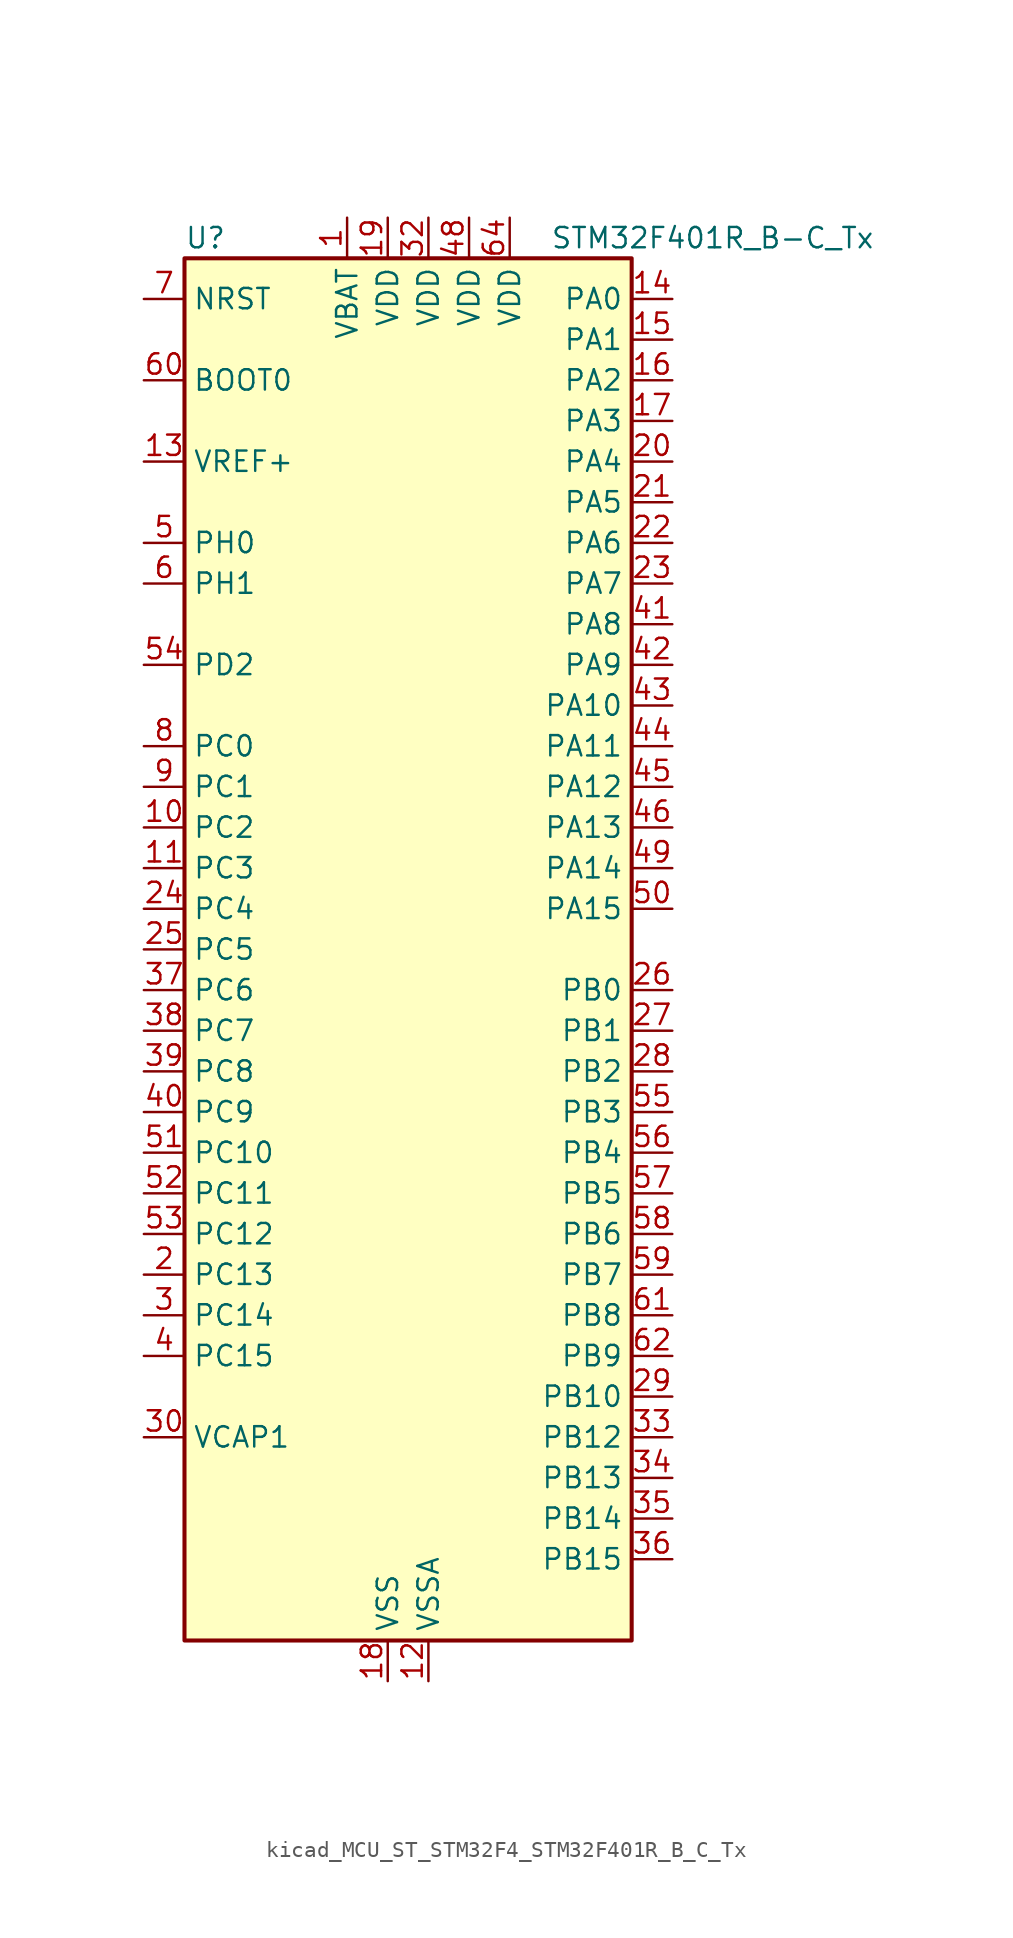
<source format=kicad_sym>
(kicad_symbol_lib
  (version 20220914)
  (generator kicad_symbol_editor)
  (symbol "kicad_MCU_ST_STM32F4_STM32F401R_B_C_Tx"
    (property "Reference" "U"
      (at -12.7 44.45 0)
      (effects (font (size 1.27 1.27)) (justify left)))
    (property "Value" "STM32F401R_B-C_Tx"
      (at 10.16 44.45 0)
      (effects (font (size 1.27 1.27)) (justify left)))
    (property "ki_locked" ""
      (at 0 0 0)
      (effects (font (size 1.27 1.27))))
    (symbol "kicad_MCU_ST_STM32F4_STM32F401R_B_C_Tx_0_1"
      (rectangle (start -12.7 -43.18) (end 15.24 43.18) (stroke (width 0.254) (type default)) (fill (type background))))
    (symbol "kicad_MCU_ST_STM32F4_STM32F401R_B_C_Tx_1_1"
      (pin power_in line (at -2.54 45.72 270) (length 2.54) (name "VBAT" (effects (font (size 1.27 1.27)))) (number "1" (effects (font (size 1.27 1.27)))))
      (pin bidirectional line (at -15.24 7.62 0) (length 2.54) (name "PC2" (effects (font (size 1.27 1.27)))) (number "10" (effects (font (size 1.27 1.27)))) (alternate "ADC1_IN12" bidirectional line) (alternate "I2S2_ext_SD" bidirectional line) (alternate "SPI2_MISO" bidirectional line))
      (pin bidirectional line (at -15.24 5.08 0) (length 2.54) (name "PC3" (effects (font (size 1.27 1.27)))) (number "11" (effects (font (size 1.27 1.27)))) (alternate "ADC1_IN13" bidirectional line) (alternate "I2S2_SD" bidirectional line) (alternate "SPI2_MOSI" bidirectional line))
      (pin power_in line (at 2.54 -45.72 90) (length 2.54) (name "VSSA" (effects (font (size 1.27 1.27)))) (number "12" (effects (font (size 1.27 1.27)))))
      (pin input line (at -15.24 30.48 0) (length 2.54) (name "VREF+" (effects (font (size 1.27 1.27)))) (number "13" (effects (font (size 1.27 1.27)))))
      (pin bidirectional line (at 17.78 40.64 180) (length 2.54) (name "PA0" (effects (font (size 1.27 1.27)))) (number "14" (effects (font (size 1.27 1.27)))) (alternate "ADC1_IN0" bidirectional line) (alternate "SYS_WKUP" bidirectional line) (alternate "TIM2_CH1" bidirectional line) (alternate "TIM2_ETR" bidirectional line) (alternate "TIM5_CH1" bidirectional line) (alternate "USART2_CTS" bidirectional line))
      (pin bidirectional line (at 17.78 38.1 180) (length 2.54) (name "PA1" (effects (font (size 1.27 1.27)))) (number "15" (effects (font (size 1.27 1.27)))) (alternate "ADC1_IN1" bidirectional line) (alternate "TIM2_CH2" bidirectional line) (alternate "TIM5_CH2" bidirectional line) (alternate "USART2_RTS" bidirectional line))
      (pin bidirectional line (at 17.78 35.56 180) (length 2.54) (name "PA2" (effects (font (size 1.27 1.27)))) (number "16" (effects (font (size 1.27 1.27)))) (alternate "ADC1_IN2" bidirectional line) (alternate "TIM2_CH3" bidirectional line) (alternate "TIM5_CH3" bidirectional line) (alternate "TIM9_CH1" bidirectional line) (alternate "USART2_TX" bidirectional line))
      (pin bidirectional line (at 17.78 33.02 180) (length 2.54) (name "PA3" (effects (font (size 1.27 1.27)))) (number "17" (effects (font (size 1.27 1.27)))) (alternate "ADC1_IN3" bidirectional line) (alternate "TIM2_CH4" bidirectional line) (alternate "TIM5_CH4" bidirectional line) (alternate "TIM9_CH2" bidirectional line) (alternate "USART2_RX" bidirectional line))
      (pin power_in line (at 0 -45.72 90) (length 2.54) (name "VSS" (effects (font (size 1.27 1.27)))) (number "18" (effects (font (size 1.27 1.27)))))
      (pin power_in line (at 0 45.72 270) (length 2.54) (name "VDD" (effects (font (size 1.27 1.27)))) (number "19" (effects (font (size 1.27 1.27)))))
      (pin bidirectional line (at -15.24 -20.32 0) (length 2.54) (name "PC13" (effects (font (size 1.27 1.27)))) (number "2" (effects (font (size 1.27 1.27)))) (alternate "RTC_AF1" bidirectional line))
      (pin bidirectional line (at 17.78 30.48 180) (length 2.54) (name "PA4" (effects (font (size 1.27 1.27)))) (number "20" (effects (font (size 1.27 1.27)))) (alternate "ADC1_IN4" bidirectional line) (alternate "I2S3_WS" bidirectional line) (alternate "SPI1_NSS" bidirectional line) (alternate "SPI3_NSS" bidirectional line) (alternate "USART2_CK" bidirectional line))
      (pin bidirectional line (at 17.78 27.94 180) (length 2.54) (name "PA5" (effects (font (size 1.27 1.27)))) (number "21" (effects (font (size 1.27 1.27)))) (alternate "ADC1_IN5" bidirectional line) (alternate "SPI1_SCK" bidirectional line) (alternate "TIM2_CH1" bidirectional line) (alternate "TIM2_ETR" bidirectional line))
      (pin bidirectional line (at 17.78 25.4 180) (length 2.54) (name "PA6" (effects (font (size 1.27 1.27)))) (number "22" (effects (font (size 1.27 1.27)))) (alternate "ADC1_IN6" bidirectional line) (alternate "SPI1_MISO" bidirectional line) (alternate "TIM1_BKIN" bidirectional line) (alternate "TIM3_CH1" bidirectional line))
      (pin bidirectional line (at 17.78 22.86 180) (length 2.54) (name "PA7" (effects (font (size 1.27 1.27)))) (number "23" (effects (font (size 1.27 1.27)))) (alternate "ADC1_IN7" bidirectional line) (alternate "SPI1_MOSI" bidirectional line) (alternate "TIM1_CH1N" bidirectional line) (alternate "TIM3_CH2" bidirectional line))
      (pin bidirectional line (at -15.24 2.54 0) (length 2.54) (name "PC4" (effects (font (size 1.27 1.27)))) (number "24" (effects (font (size 1.27 1.27)))) (alternate "ADC1_IN14" bidirectional line))
      (pin bidirectional line (at -15.24 0 0) (length 2.54) (name "PC5" (effects (font (size 1.27 1.27)))) (number "25" (effects (font (size 1.27 1.27)))) (alternate "ADC1_IN15" bidirectional line))
      (pin bidirectional line (at 17.78 -2.54 180) (length 2.54) (name "PB0" (effects (font (size 1.27 1.27)))) (number "26" (effects (font (size 1.27 1.27)))) (alternate "ADC1_IN8" bidirectional line) (alternate "TIM1_CH2N" bidirectional line) (alternate "TIM3_CH3" bidirectional line))
      (pin bidirectional line (at 17.78 -5.08 180) (length 2.54) (name "PB1" (effects (font (size 1.27 1.27)))) (number "27" (effects (font (size 1.27 1.27)))) (alternate "ADC1_IN9" bidirectional line) (alternate "TIM1_CH3N" bidirectional line) (alternate "TIM3_CH4" bidirectional line))
      (pin bidirectional line (at 17.78 -7.62 180) (length 2.54) (name "PB2" (effects (font (size 1.27 1.27)))) (number "28" (effects (font (size 1.27 1.27)))))
      (pin bidirectional line (at 17.78 -27.94 180) (length 2.54) (name "PB10" (effects (font (size 1.27 1.27)))) (number "29" (effects (font (size 1.27 1.27)))) (alternate "I2C2_SCL" bidirectional line) (alternate "I2S2_CK" bidirectional line) (alternate "SPI2_SCK" bidirectional line) (alternate "TIM2_CH3" bidirectional line))
      (pin bidirectional line (at -15.24 -22.86 0) (length 2.54) (name "PC14" (effects (font (size 1.27 1.27)))) (number "3" (effects (font (size 1.27 1.27)))) (alternate "RCC_OSC32_IN" bidirectional line))
      (pin power_out line (at -15.24 -30.48 0) (length 2.54) (name "VCAP1" (effects (font (size 1.27 1.27)))) (number "30" (effects (font (size 1.27 1.27)))))
      (pin passive line (at 0 -45.72 90) (length 2.54) hide (name "VSS" (effects (font (size 1.27 1.27)))) (number "31" (effects (font (size 1.27 1.27)))))
      (pin power_in line (at 2.54 45.72 270) (length 2.54) (name "VDD" (effects (font (size 1.27 1.27)))) (number "32" (effects (font (size 1.27 1.27)))))
      (pin bidirectional line (at 17.78 -30.48 180) (length 2.54) (name "PB12" (effects (font (size 1.27 1.27)))) (number "33" (effects (font (size 1.27 1.27)))) (alternate "I2C2_SMBA" bidirectional line) (alternate "I2S2_WS" bidirectional line) (alternate "SPI2_NSS" bidirectional line) (alternate "TIM1_BKIN" bidirectional line))
      (pin bidirectional line (at 17.78 -33.02 180) (length 2.54) (name "PB13" (effects (font (size 1.27 1.27)))) (number "34" (effects (font (size 1.27 1.27)))) (alternate "I2S2_CK" bidirectional line) (alternate "SPI2_SCK" bidirectional line) (alternate "TIM1_CH1N" bidirectional line))
      (pin bidirectional line (at 17.78 -35.56 180) (length 2.54) (name "PB14" (effects (font (size 1.27 1.27)))) (number "35" (effects (font (size 1.27 1.27)))) (alternate "I2S2_ext_SD" bidirectional line) (alternate "SPI2_MISO" bidirectional line) (alternate "TIM1_CH2N" bidirectional line))
      (pin bidirectional line (at 17.78 -38.1 180) (length 2.54) (name "PB15" (effects (font (size 1.27 1.27)))) (number "36" (effects (font (size 1.27 1.27)))) (alternate "ADC1_EXTI15" bidirectional line) (alternate "I2S2_SD" bidirectional line) (alternate "RTC_REFIN" bidirectional line) (alternate "SPI2_MOSI" bidirectional line) (alternate "TIM1_CH3N" bidirectional line))
      (pin bidirectional line (at -15.24 -2.54 0) (length 2.54) (name "PC6" (effects (font (size 1.27 1.27)))) (number "37" (effects (font (size 1.27 1.27)))) (alternate "I2S2_MCK" bidirectional line) (alternate "SDIO_D6" bidirectional line) (alternate "TIM3_CH1" bidirectional line) (alternate "USART6_TX" bidirectional line))
      (pin bidirectional line (at -15.24 -5.08 0) (length 2.54) (name "PC7" (effects (font (size 1.27 1.27)))) (number "38" (effects (font (size 1.27 1.27)))) (alternate "I2S3_MCK" bidirectional line) (alternate "SDIO_D7" bidirectional line) (alternate "TIM3_CH2" bidirectional line) (alternate "USART6_RX" bidirectional line))
      (pin bidirectional line (at -15.24 -7.62 0) (length 2.54) (name "PC8" (effects (font (size 1.27 1.27)))) (number "39" (effects (font (size 1.27 1.27)))) (alternate "SDIO_D0" bidirectional line) (alternate "TIM3_CH3" bidirectional line) (alternate "USART6_CK" bidirectional line))
      (pin bidirectional line (at -15.24 -25.4 0) (length 2.54) (name "PC15" (effects (font (size 1.27 1.27)))) (number "4" (effects (font (size 1.27 1.27)))) (alternate "ADC1_EXTI15" bidirectional line) (alternate "RCC_OSC32_OUT" bidirectional line))
      (pin bidirectional line (at -15.24 -10.16 0) (length 2.54) (name "PC9" (effects (font (size 1.27 1.27)))) (number "40" (effects (font (size 1.27 1.27)))) (alternate "I2C3_SDA" bidirectional line) (alternate "I2S_CKIN" bidirectional line) (alternate "RCC_MCO_2" bidirectional line) (alternate "SDIO_D1" bidirectional line) (alternate "TIM3_CH4" bidirectional line))
      (pin bidirectional line (at 17.78 20.32 180) (length 2.54) (name "PA8" (effects (font (size 1.27 1.27)))) (number "41" (effects (font (size 1.27 1.27)))) (alternate "I2C3_SCL" bidirectional line) (alternate "RCC_MCO_1" bidirectional line) (alternate "TIM1_CH1" bidirectional line) (alternate "USART1_CK" bidirectional line) (alternate "USB_OTG_FS_SOF" bidirectional line))
      (pin bidirectional line (at 17.78 17.78 180) (length 2.54) (name "PA9" (effects (font (size 1.27 1.27)))) (number "42" (effects (font (size 1.27 1.27)))) (alternate "I2C3_SMBA" bidirectional line) (alternate "TIM1_CH2" bidirectional line) (alternate "USART1_TX" bidirectional line) (alternate "USB_OTG_FS_VBUS" bidirectional line))
      (pin bidirectional line (at 17.78 15.24 180) (length 2.54) (name "PA10" (effects (font (size 1.27 1.27)))) (number "43" (effects (font (size 1.27 1.27)))) (alternate "TIM1_CH3" bidirectional line) (alternate "USART1_RX" bidirectional line) (alternate "USB_OTG_FS_ID" bidirectional line))
      (pin bidirectional line (at 17.78 12.7 180) (length 2.54) (name "PA11" (effects (font (size 1.27 1.27)))) (number "44" (effects (font (size 1.27 1.27)))) (alternate "ADC1_EXTI11" bidirectional line) (alternate "TIM1_CH4" bidirectional line) (alternate "USART1_CTS" bidirectional line) (alternate "USART6_TX" bidirectional line) (alternate "USB_OTG_FS_DM" bidirectional line))
      (pin bidirectional line (at 17.78 10.16 180) (length 2.54) (name "PA12" (effects (font (size 1.27 1.27)))) (number "45" (effects (font (size 1.27 1.27)))) (alternate "TIM1_ETR" bidirectional line) (alternate "USART1_RTS" bidirectional line) (alternate "USART6_RX" bidirectional line) (alternate "USB_OTG_FS_DP" bidirectional line))
      (pin bidirectional line (at 17.78 7.62 180) (length 2.54) (name "PA13" (effects (font (size 1.27 1.27)))) (number "46" (effects (font (size 1.27 1.27)))) (alternate "SYS_JTMS-SWDIO" bidirectional line))
      (pin passive line (at 0 -45.72 90) (length 2.54) hide (name "VSS" (effects (font (size 1.27 1.27)))) (number "47" (effects (font (size 1.27 1.27)))))
      (pin power_in line (at 5.08 45.72 270) (length 2.54) (name "VDD" (effects (font (size 1.27 1.27)))) (number "48" (effects (font (size 1.27 1.27)))))
      (pin bidirectional line (at 17.78 5.08 180) (length 2.54) (name "PA14" (effects (font (size 1.27 1.27)))) (number "49" (effects (font (size 1.27 1.27)))) (alternate "SYS_JTCK-SWCLK" bidirectional line))
      (pin bidirectional line (at -15.24 25.4 0) (length 2.54) (name "PH0" (effects (font (size 1.27 1.27)))) (number "5" (effects (font (size 1.27 1.27)))) (alternate "RCC_OSC_IN" bidirectional line))
      (pin bidirectional line (at 17.78 2.54 180) (length 2.54) (name "PA15" (effects (font (size 1.27 1.27)))) (number "50" (effects (font (size 1.27 1.27)))) (alternate "ADC1_EXTI15" bidirectional line) (alternate "I2S3_WS" bidirectional line) (alternate "SPI1_NSS" bidirectional line) (alternate "SPI3_NSS" bidirectional line) (alternate "SYS_JTDI" bidirectional line) (alternate "TIM2_CH1" bidirectional line) (alternate "TIM2_ETR" bidirectional line))
      (pin bidirectional line (at -15.24 -12.7 0) (length 2.54) (name "PC10" (effects (font (size 1.27 1.27)))) (number "51" (effects (font (size 1.27 1.27)))) (alternate "I2S3_CK" bidirectional line) (alternate "SDIO_D2" bidirectional line) (alternate "SPI3_SCK" bidirectional line))
      (pin bidirectional line (at -15.24 -15.24 0) (length 2.54) (name "PC11" (effects (font (size 1.27 1.27)))) (number "52" (effects (font (size 1.27 1.27)))) (alternate "ADC1_EXTI11" bidirectional line) (alternate "I2S3_ext_SD" bidirectional line) (alternate "SDIO_D3" bidirectional line) (alternate "SPI3_MISO" bidirectional line))
      (pin bidirectional line (at -15.24 -17.78 0) (length 2.54) (name "PC12" (effects (font (size 1.27 1.27)))) (number "53" (effects (font (size 1.27 1.27)))) (alternate "I2S3_SD" bidirectional line) (alternate "SDIO_CK" bidirectional line) (alternate "SPI3_MOSI" bidirectional line))
      (pin bidirectional line (at -15.24 17.78 0) (length 2.54) (name "PD2" (effects (font (size 1.27 1.27)))) (number "54" (effects (font (size 1.27 1.27)))) (alternate "SDIO_CMD" bidirectional line) (alternate "TIM3_ETR" bidirectional line))
      (pin bidirectional line (at 17.78 -10.16 180) (length 2.54) (name "PB3" (effects (font (size 1.27 1.27)))) (number "55" (effects (font (size 1.27 1.27)))) (alternate "I2C2_SDA" bidirectional line) (alternate "I2S3_CK" bidirectional line) (alternate "SPI1_SCK" bidirectional line) (alternate "SPI3_SCK" bidirectional line) (alternate "SYS_JTDO-SWO" bidirectional line) (alternate "TIM2_CH2" bidirectional line))
      (pin bidirectional line (at 17.78 -12.7 180) (length 2.54) (name "PB4" (effects (font (size 1.27 1.27)))) (number "56" (effects (font (size 1.27 1.27)))) (alternate "I2C3_SDA" bidirectional line) (alternate "I2S3_ext_SD" bidirectional line) (alternate "SPI1_MISO" bidirectional line) (alternate "SPI3_MISO" bidirectional line) (alternate "SYS_JTRST" bidirectional line) (alternate "TIM3_CH1" bidirectional line))
      (pin bidirectional line (at 17.78 -15.24 180) (length 2.54) (name "PB5" (effects (font (size 1.27 1.27)))) (number "57" (effects (font (size 1.27 1.27)))) (alternate "I2C1_SMBA" bidirectional line) (alternate "I2S3_SD" bidirectional line) (alternate "SPI1_MOSI" bidirectional line) (alternate "SPI3_MOSI" bidirectional line) (alternate "TIM3_CH2" bidirectional line))
      (pin bidirectional line (at 17.78 -17.78 180) (length 2.54) (name "PB6" (effects (font (size 1.27 1.27)))) (number "58" (effects (font (size 1.27 1.27)))) (alternate "I2C1_SCL" bidirectional line) (alternate "TIM4_CH1" bidirectional line) (alternate "USART1_TX" bidirectional line))
      (pin bidirectional line (at 17.78 -20.32 180) (length 2.54) (name "PB7" (effects (font (size 1.27 1.27)))) (number "59" (effects (font (size 1.27 1.27)))) (alternate "I2C1_SDA" bidirectional line) (alternate "TIM4_CH2" bidirectional line) (alternate "USART1_RX" bidirectional line))
      (pin bidirectional line (at -15.24 22.86 0) (length 2.54) (name "PH1" (effects (font (size 1.27 1.27)))) (number "6" (effects (font (size 1.27 1.27)))) (alternate "RCC_OSC_OUT" bidirectional line))
      (pin input line (at -15.24 35.56 0) (length 2.54) (name "BOOT0" (effects (font (size 1.27 1.27)))) (number "60" (effects (font (size 1.27 1.27)))))
      (pin bidirectional line (at 17.78 -22.86 180) (length 2.54) (name "PB8" (effects (font (size 1.27 1.27)))) (number "61" (effects (font (size 1.27 1.27)))) (alternate "I2C1_SCL" bidirectional line) (alternate "SDIO_D4" bidirectional line) (alternate "TIM10_CH1" bidirectional line) (alternate "TIM4_CH3" bidirectional line))
      (pin bidirectional line (at 17.78 -25.4 180) (length 2.54) (name "PB9" (effects (font (size 1.27 1.27)))) (number "62" (effects (font (size 1.27 1.27)))) (alternate "I2C1_SDA" bidirectional line) (alternate "I2S2_WS" bidirectional line) (alternate "SDIO_D5" bidirectional line) (alternate "SPI2_NSS" bidirectional line) (alternate "TIM11_CH1" bidirectional line) (alternate "TIM4_CH4" bidirectional line))
      (pin passive line (at 0 -45.72 90) (length 2.54) hide (name "VSS" (effects (font (size 1.27 1.27)))) (number "63" (effects (font (size 1.27 1.27)))))
      (pin power_in line (at 7.62 45.72 270) (length 2.54) (name "VDD" (effects (font (size 1.27 1.27)))) (number "64" (effects (font (size 1.27 1.27)))))
      (pin input line (at -15.24 40.64 0) (length 2.54) (name "NRST" (effects (font (size 1.27 1.27)))) (number "7" (effects (font (size 1.27 1.27)))))
      (pin bidirectional line (at -15.24 12.7 0) (length 2.54) (name "PC0" (effects (font (size 1.27 1.27)))) (number "8" (effects (font (size 1.27 1.27)))) (alternate "ADC1_IN10" bidirectional line))
      (pin bidirectional line (at -15.24 10.16 0) (length 2.54) (name "PC1" (effects (font (size 1.27 1.27)))) (number "9" (effects (font (size 1.27 1.27)))) (alternate "ADC1_IN11" bidirectional line)))))
</source>
